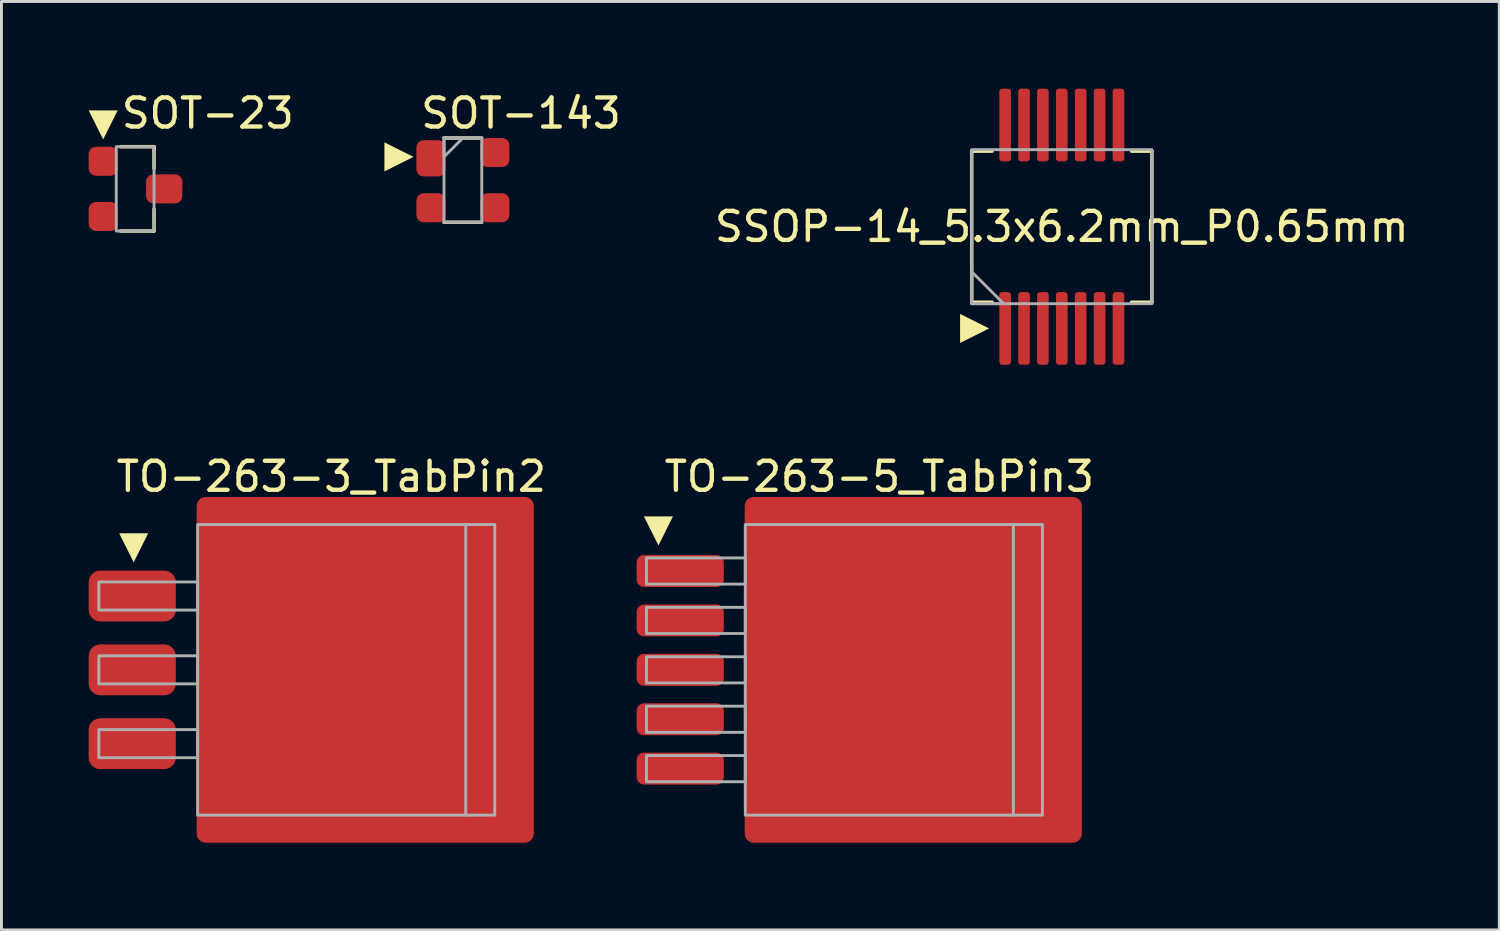
<source format=kicad_pcb>
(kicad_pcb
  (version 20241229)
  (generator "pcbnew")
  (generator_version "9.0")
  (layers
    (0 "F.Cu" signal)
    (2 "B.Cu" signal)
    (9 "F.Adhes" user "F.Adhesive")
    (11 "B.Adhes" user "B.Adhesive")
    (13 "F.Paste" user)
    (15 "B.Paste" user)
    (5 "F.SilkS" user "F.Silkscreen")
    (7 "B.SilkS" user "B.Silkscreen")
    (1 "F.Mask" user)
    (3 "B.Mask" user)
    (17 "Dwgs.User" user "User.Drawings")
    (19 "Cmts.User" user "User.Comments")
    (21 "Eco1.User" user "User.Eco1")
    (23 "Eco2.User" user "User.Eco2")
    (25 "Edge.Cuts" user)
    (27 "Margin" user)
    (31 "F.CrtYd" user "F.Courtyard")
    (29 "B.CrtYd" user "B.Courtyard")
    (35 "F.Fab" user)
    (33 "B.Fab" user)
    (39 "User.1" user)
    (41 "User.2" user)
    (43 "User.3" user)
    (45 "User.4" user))
  (footprint "TO-263-5_TabPin3"
    (layer "F.Cu")
    (at 27.206 19.998)
    (property "Reference" "TO-263-5_TabPin3" (at 0 -6.65 0) (layer "F.SilkS") (effects (font (size 1 1) (thickness 0.15))))
    (attr smd)
    (fp_poly (pts (xy -8.1 -5.28) (xy -7.1 -5.28) (xy -7.6 -4.28)) (stroke (width 0) (type solid)) (fill yes) (layer "F.SilkS"))
    (fp_line (start 4.612 -5) (end 4.612 5) (stroke (width 0.1) (type solid)) (layer "F.Fab"))
    (fp_rect (start -8.012 -3.85) (end -4.612 -2.95) (stroke (width 0.1) (type solid)) (fill no) (layer "F.Fab"))
    (fp_rect (start -8.012 -2.15) (end -4.612 -1.25) (stroke (width 0.1) (type solid)) (fill no) (layer "F.Fab"))
    (fp_rect (start -8.012 -0.45) (end -4.612 0.45) (stroke (width 0.1) (type solid)) (fill no) (layer "F.Fab"))
    (fp_rect (start -8.012 1.25) (end -4.612 2.15) (stroke (width 0.1) (type solid)) (fill no) (layer "F.Fab"))
    (fp_rect (start -8.012 2.95) (end -4.612 3.85) (stroke (width 0.1) (type solid)) (fill no) (layer "F.Fab"))
    (fp_rect (start -4.612 -5) (end 5.612 5) (stroke (width 0.1) (type default)) (fill no) (layer "F.Fab"))
    (pad "1" smd roundrect (at -6.85 -3.4 90) (size 1.1 3) (layers "F.Cu" "F.Mask" "F.Paste") (roundrect_rratio 0.227))
    (pad "2" smd roundrect (at -6.85 -1.7 90) (size 1.1 3) (layers "F.Cu" "F.Mask" "F.Paste") (roundrect_rratio 0.227))
    (pad "3" smd roundrect (at -6.85 0 90) (size 1.1 3) (layers "F.Cu" "F.Mask" "F.Paste") (roundrect_rratio 0.227))
    (pad "3" smd roundrect (at -0.925 -2.775) (size 4.55 5.25) (layers "F.Cu" "F.Paste") (roundrect_rratio 0.055))
    (pad "3" smd roundrect (at -0.925 2.775) (size 4.55 5.25) (layers "F.Cu" "F.Paste") (roundrect_rratio 0.055))
    (pad "3" smd roundrect (at 1.168 0) (size 11.6 11.9) (layers "F.Cu" "F.Mask") (roundrect_rratio 0.027))
    (pad "3" smd roundrect (at 3.925 -2.775) (size 4.55 5.25) (layers "F.Cu" "F.Paste") (roundrect_rratio 0.055))
    (pad "3" smd roundrect (at 3.925 2.775) (size 4.55 5.25) (layers "F.Cu" "F.Paste") (roundrect_rratio 0.055))
    (pad "4" smd roundrect (at -6.85 1.7 90) (size 1.1 3) (layers "F.Cu" "F.Mask" "F.Paste") (roundrect_rratio 0.227))
    (pad "5" smd roundrect (at -6.85 3.4 90) (size 1.1 3) (layers "F.Cu" "F.Mask" "F.Paste") (roundrect_rratio 0.227)))
  (footprint "SOT-23"
    (layer "F.Cu")
    (at 1.6 3.448)
    (property "Reference" "SOT-23" (at 2.5 -2.6 0) (layer "F.SilkS") (effects (font (size 1 1) (thickness 0.15))))
    (attr smd)
    (fp_line (start -0.5 -1.45) (end 0.65 -1.45) (stroke (width 0.12) (type default)) (layer "F.SilkS"))
    (fp_line (start 0.65 -1.45) (end 0.65 -0.7) (stroke (width 0.12) (type default)) (layer "F.SilkS"))
    (fp_line (start 0.65 1.45) (end -0.5 1.45) (stroke (width 0.12) (type default)) (layer "F.SilkS"))
    (fp_line (start 0.65 1.45) (end 0.65 0.7) (stroke (width 0.12) (type default)) (layer "F.SilkS"))
    (fp_poly (pts (xy -1.6 -2.7) (xy -0.6 -2.7) (xy -1.1 -1.7)) (stroke (width 0) (type solid)) (fill yes) (layer "F.SilkS"))
    (fp_rect (start -0.65 -1.45) (end 0.65 1.45) (stroke (width 0.1) (type default)) (fill no) (layer "F.Fab"))
    (pad "1" smd roundrect (at -1.1 -0.95) (size 1 1) (layers "F.Cu" "F.Mask" "F.Paste") (roundrect_rratio 0.25))
    (pad "2" smd roundrect (at -1.1 0.95) (size 1 1) (layers "F.Cu" "F.Mask" "F.Paste") (roundrect_rratio 0.25))
    (pad "3" smd roundrect (at 1 0) (size 1.25 1) (layers "F.Cu" "F.Mask" "F.Paste") (roundrect_rratio 0.25)))
  (footprint "TO-263-3_TabPin2"
    (layer "F.Cu")
    (at 8.35 19.998)
    (property "Reference" "TO-263-3_TabPin2" (at 0 -6.65 0) (layer "F.SilkS") (effects (font (size 1 1) (thickness 0.15))))
    (attr smd)
    (fp_poly (pts (xy -7.3 -4.7) (xy -6.3 -4.7) (xy -6.8 -3.7)) (stroke (width 0) (type solid)) (fill yes) (layer "F.SilkS"))
    (fp_line (start 4.625 -5) (end 4.625 5) (stroke (width 0.1) (type solid)) (layer "F.Fab"))
    (fp_rect (start -8 -3.023) (end -4.6 -2.057) (stroke (width 0.1) (type solid)) (fill no) (layer "F.Fab"))
    (fp_rect (start -8 -0.483) (end -4.6 0.483) (stroke (width 0.1) (type solid)) (fill no) (layer "F.Fab"))
    (fp_rect (start -8 2.057) (end -4.6 3.023) (stroke (width 0.1) (type solid)) (fill no) (layer "F.Fab"))
    (fp_rect (start -4.6 -5) (end 5.625 5) (stroke (width 0.1) (type default)) (fill no) (layer "F.Fab"))
    (pad "1" smd roundrect (at -6.85 -2.54) (size 3 1.75) (layers "F.Cu" "F.Mask" "F.Paste") (roundrect_rratio 0.227))
    (pad "2" smd roundrect (at -6.85 0) (size 3 1.75) (layers "F.Cu" "F.Mask" "F.Paste") (roundrect_rratio 0.227))
    (pad "2" smd roundrect (at -0.925 -2.775) (size 4.55 5.25) (layers "F.Cu" "F.Paste") (roundrect_rratio 0.055))
    (pad "2" smd roundrect (at -0.925 2.775) (size 4.55 5.25) (layers "F.Cu" "F.Paste") (roundrect_rratio 0.055))
    (pad "2" smd roundrect (at 1.168 0) (size 11.6 11.9) (layers "F.Cu" "F.Mask") (roundrect_rratio 0.027))
    (pad "2" smd roundrect (at 3.925 -2.775) (size 4.55 5.25) (layers "F.Cu" "F.Paste") (roundrect_rratio 0.055))
    (pad "2" smd roundrect (at 3.925 2.775) (size 4.55 5.25) (layers "F.Cu" "F.Paste") (roundrect_rratio 0.055))
    (pad "3" smd roundrect (at -6.85 2.54) (size 3 1.75) (layers "F.Cu" "F.Mask" "F.Paste") (roundrect_rratio 0.227)))
  (footprint "SSOP-14_5.3x6.2mm_P0.65mm"
    (layer "F.Cu")
    (at 33.485 4.75)
    (property "Reference" "SSOP-14_5.3x6.2mm_P0.65mm" (at 0 0 0) (layer "F.SilkS") (effects (font (size 1 1) (thickness 0.15))))
    (attr smd)
    (fp_line (start -3.1 -2.6) (end -3.1 2.6) (stroke (width 0.12) (type default)) (layer "F.SilkS"))
    (fp_line (start -3.1 2.6) (end -2.4 2.6) (stroke (width 0.12) (type default)) (layer "F.SilkS"))
    (fp_line (start -2.4 -2.6) (end -3.1 -2.6) (stroke (width 0.12) (type default)) (layer "F.SilkS"))
    (fp_line (start 2.4 2.6) (end 3.1 2.6) (stroke (width 0.12) (type default)) (layer "F.SilkS"))
    (fp_line (start 3.1 -2.6) (end 2.4 -2.6) (stroke (width 0.12) (type default)) (layer "F.SilkS"))
    (fp_line (start 3.1 2.6) (end 3.1 -2.6) (stroke (width 0.12) (type default)) (layer "F.SilkS"))
    (fp_poly (pts (xy -3.5 4) (xy -3.5 3) (xy -2.5 3.5)) (stroke (width 0) (type solid)) (fill yes) (layer "F.SilkS"))
    (fp_rect (start -3.1 -2.65) (end 3.1 2.65) (stroke (width 0.1) (type default)) (fill no) (layer "F.Fab"))
    (fp_poly (pts (xy -2 2.65) (xy -3.1 1.55) (xy -3.1 2.65)) (stroke (width 0.1) (type solid)) (fill no) (layer "F.Fab"))
    (pad "1" smd roundrect (at -1.95 3.5 90) (size 2.5 0.4) (layers "F.Cu" "F.Mask" "F.Paste") (roundrect_rratio 0.25))
    (pad "2" smd roundrect (at -1.3 3.5 90) (size 2.5 0.4) (layers "F.Cu" "F.Mask" "F.Paste") (roundrect_rratio 0.25))
    (pad "3" smd roundrect (at -0.65 3.5 90) (size 2.5 0.4) (layers "F.Cu" "F.Mask" "F.Paste") (roundrect_rratio 0.25))
    (pad "4" smd roundrect (at 0 3.5 90) (size 2.5 0.4) (layers "F.Cu" "F.Mask" "F.Paste") (roundrect_rratio 0.25))
    (pad "5" smd roundrect (at 0.65 3.5 90) (size 2.5 0.4) (layers "F.Cu" "F.Mask" "F.Paste") (roundrect_rratio 0.25))
    (pad "6" smd roundrect (at 1.3 3.5 90) (size 2.5 0.4) (layers "F.Cu" "F.Mask" "F.Paste") (roundrect_rratio 0.25))
    (pad "7" smd roundrect (at 1.95 3.5 90) (size 2.5 0.4) (layers "F.Cu" "F.Mask" "F.Paste") (roundrect_rratio 0.25))
    (pad "8" smd roundrect (at 1.95 -3.5 90) (size 2.5 0.4) (layers "F.Cu" "F.Mask" "F.Paste") (roundrect_rratio 0.25))
    (pad "9" smd roundrect (at 1.3 -3.5 90) (size 2.5 0.4) (layers "F.Cu" "F.Mask" "F.Paste") (roundrect_rratio 0.25))
    (pad "10" smd roundrect (at 0.65 -3.5 90) (size 2.5 0.4) (layers "F.Cu" "F.Mask" "F.Paste") (roundrect_rratio 0.25))
    (pad "11" smd roundrect (at 0 -3.5 90) (size 2.5 0.4) (layers "F.Cu" "F.Mask" "F.Paste") (roundrect_rratio 0.25))
    (pad "12" smd roundrect (at -0.65 -3.5 90) (size 2.5 0.4) (layers "F.Cu" "F.Mask" "F.Paste") (roundrect_rratio 0.25))
    (pad "13" smd roundrect (at -1.3 -3.5 90) (size 2.5 0.4) (layers "F.Cu" "F.Mask" "F.Paste") (roundrect_rratio 0.25))
    (pad "14" smd roundrect (at -1.95 -3.5 90) (size 2.5 0.4) (layers "F.Cu" "F.Mask" "F.Paste") (roundrect_rratio 0.25)))
  (footprint "SOT-143"
    (layer "F.Cu")
    (at 12.877 3.148)
    (property "Reference" "SOT-143" (at 2 -2.3 0) (layer "F.SilkS") (effects (font (size 1 1) (thickness 0.15))))
    (attr smd)
    (fp_line (start -0.65 1.45) (end 0.65 1.45) (stroke (width 0.12) (type solid)) (layer "F.SilkS"))
    (fp_line (start 0.65 -1.45) (end -0.65 -1.45) (stroke (width 0.12) (type solid)) (layer "F.SilkS"))
    (fp_poly (pts (xy -2.7 -0.3) (xy -2.7 -1.3) (xy -1.7 -0.8)) (stroke (width 0) (type solid)) (fill yes) (layer "F.SilkS"))
    (fp_rect (start -0.65 -1.45) (end 0.65 1.45) (stroke (width 0.1) (type default)) (fill no) (layer "F.Fab"))
    (fp_poly (pts (xy -0.65 -1.45) (xy -0.65 -0.8) (xy 0 -1.45)) (stroke (width 0.1) (type solid)) (fill no) (layer "F.Fab"))
    (pad "1" smd roundrect (at -1.1 -0.75) (size 1 1.25) (layers "F.Cu" "F.Mask" "F.Paste") (roundrect_rratio 0.25))
    (pad "2" smd roundrect (at -1.1 0.95) (size 1 1) (layers "F.Cu" "F.Mask" "F.Paste") (roundrect_rratio 0.25))
    (pad "3" smd roundrect (at 1.1 0.95) (size 1 1) (layers "F.Cu" "F.Mask" "F.Paste") (roundrect_rratio 0.25))
    (pad "4" smd roundrect (at 1.1 -0.95) (size 1 1) (layers "F.Cu" "F.Mask" "F.Paste") (roundrect_rratio 0.25)))
  (gr_rect
    (start -3 -3)
    (end 48.538 28.948)
    (stroke (width 0.1) (type default))
    (fill no)
    (layer "Edge.Cuts")))
</source>
